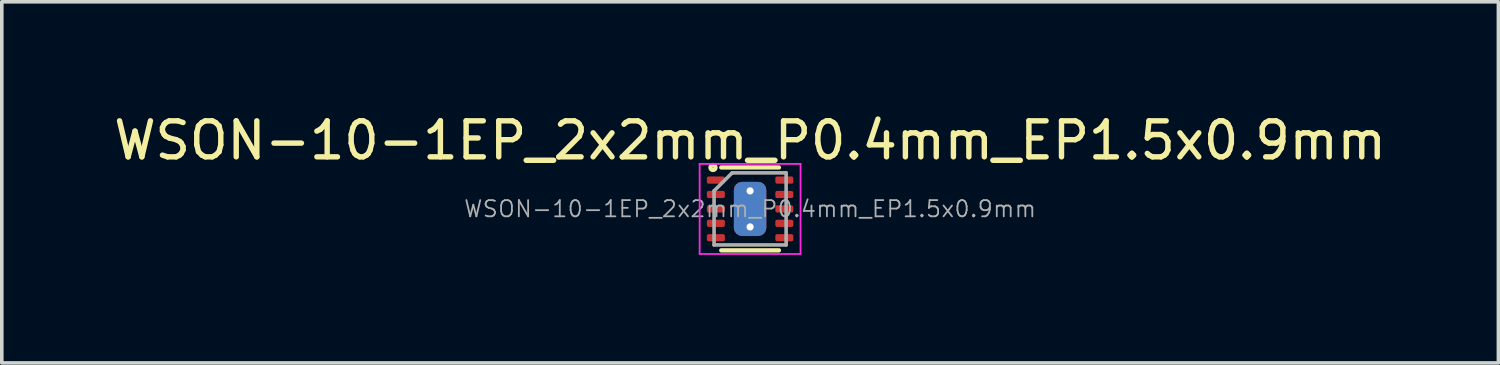
<source format=kicad_pcb>
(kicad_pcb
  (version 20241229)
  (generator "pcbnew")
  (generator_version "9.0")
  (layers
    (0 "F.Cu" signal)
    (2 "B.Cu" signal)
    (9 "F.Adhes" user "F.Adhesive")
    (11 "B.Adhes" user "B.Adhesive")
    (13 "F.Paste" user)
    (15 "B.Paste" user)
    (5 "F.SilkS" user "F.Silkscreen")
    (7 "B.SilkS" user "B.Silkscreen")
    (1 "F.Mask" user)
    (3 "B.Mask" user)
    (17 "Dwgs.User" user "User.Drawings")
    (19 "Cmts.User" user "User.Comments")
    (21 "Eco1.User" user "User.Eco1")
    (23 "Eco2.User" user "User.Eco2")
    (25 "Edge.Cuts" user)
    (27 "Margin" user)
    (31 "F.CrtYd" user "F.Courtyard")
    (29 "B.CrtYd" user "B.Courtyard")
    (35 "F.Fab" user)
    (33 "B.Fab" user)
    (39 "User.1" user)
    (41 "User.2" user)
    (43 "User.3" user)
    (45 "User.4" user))
  (footprint "WSON-10-1EP_2x2mm_P0.4mm_EP1.5x0.9mm"
    (layer "F.Cu")
    (at 17.768 2.748)
    (property "Reference" "WSON-10-1EP_2x2mm_P0.4mm_EP1.5x0.9mm" (at 0 -1.9 0) (layer "F.SilkS") (effects (font (size 1 1) (thickness 0.15))))
    (attr smd)
    (fp_line (start 0.8 -1.15) (end -0.8 -1.15) (stroke (width 0.12) (type solid)) (layer "F.SilkS"))
    (fp_line (start 0.8 1.15) (end -0.8 1.15) (stroke (width 0.12) (type solid)) (layer "F.SilkS"))
    (fp_circle (center -1.03 -1.15) (end -1.02 -1.15) (stroke (width 0.12) (type solid)) (fill no) (layer "F.SilkS"))
    (fp_line (start -1.4 1.25) (end -1.4 -1.25) (stroke (width 0.05) (type solid)) (layer "F.CrtYd"))
    (fp_line (start -1.4 1.25) (end 1.4 1.25) (stroke (width 0.05) (type solid)) (layer "F.CrtYd"))
    (fp_line (start 1.4 -1.25) (end -1.4 -1.25) (stroke (width 0.05) (type solid)) (layer "F.CrtYd"))
    (fp_line (start 1.4 -1.25) (end 1.4 1.25) (stroke (width 0.05) (type solid)) (layer "F.CrtYd"))
    (fp_line (start -1 -0.5) (end -1 1) (stroke (width 0.1) (type solid)) (layer "F.Fab"))
    (fp_line (start -0.5 -1) (end -1 -0.5) (stroke (width 0.1) (type solid)) (layer "F.Fab"))
    (fp_line (start 1 -1) (end -0.5 -1) (stroke (width 0.1) (type solid)) (layer "F.Fab"))
    (fp_line (start 1 1) (end -1 1) (stroke (width 0.1) (type solid)) (layer "F.Fab"))
    (fp_line (start 1 1) (end 1 -1) (stroke (width 0.1) (type solid)) (layer "F.Fab"))
    (fp_text user "${REFERENCE}" (at 0 0 0) (layer "F.Fab") (effects (font (size 0.45 0.45) (thickness 0.05))))
    (pad "" smd roundrect (at 0 -0.4) (size 0.8 0.4) (layers "F.Paste") (roundrect_rratio 0.25))
    (pad "" smd roundrect (at 0 0.4) (size 0.8 0.4) (layers "F.Paste") (roundrect_rratio 0.25))
    (pad "1" smd roundrect (at -0.95 -0.8) (size 0.5 0.2) (layers "F.Cu" "F.Mask" "F.Paste") (roundrect_rratio 0.25))
    (pad "2" smd roundrect (at -0.95 -0.4) (size 0.5 0.2) (layers "F.Cu" "F.Mask" "F.Paste") (roundrect_rratio 0.25))
    (pad "3" smd roundrect (at -0.95 0) (size 0.5 0.2) (layers "F.Cu" "F.Mask" "F.Paste") (roundrect_rratio 0.25))
    (pad "4" smd roundrect (at -0.95 0.4) (size 0.5 0.2) (layers "F.Cu" "F.Mask" "F.Paste") (roundrect_rratio 0.25))
    (pad "5" smd roundrect (at -0.95 0.8) (size 0.5 0.2) (layers "F.Cu" "F.Mask" "F.Paste") (roundrect_rratio 0.25))
    (pad "6" smd roundrect (at 0.95 0.8) (size 0.5 0.2) (layers "F.Cu" "F.Mask" "F.Paste") (roundrect_rratio 0.25))
    (pad "7" smd roundrect (at 0.95 0.4) (size 0.5 0.2) (layers "F.Cu" "F.Mask" "F.Paste") (roundrect_rratio 0.25))
    (pad "8" smd roundrect (at 0.95 0) (size 0.5 0.2) (layers "F.Cu" "F.Mask" "F.Paste") (roundrect_rratio 0.25))
    (pad "9" smd roundrect (at 0.95 -0.4) (size 0.5 0.2) (layers "F.Cu" "F.Mask" "F.Paste") (roundrect_rratio 0.25))
    (pad "10" smd roundrect (at 0.95 -0.8) (size 0.5 0.2) (layers "F.Cu" "F.Mask" "F.Paste") (roundrect_rratio 0.25))
    (pad "11" thru_hole circle (at 0 -0.5) (size 0.2 0.2) (drill 0.2) (layers "*.Cu" "*.Mask"))
    (pad "11" smd roundrect (at 0 0) (size 0.9 1.5) (layers "F.Cu" "F.Mask") (roundrect_rratio 0.25))
    (pad "11" smd roundrect (at 0 0) (size 0.9 1.5) (layers "B.Cu") (roundrect_rratio 0.25))
    (pad "11" thru_hole circle (at 0 0.5) (size 0.2 0.2) (drill 0.2) (layers "*.Cu" "*.Mask")))
  (gr_rect
    (start -3 -3)
    (end 38.536 7.023)
    (stroke (width 0.1) (type default))
    (fill no)
    (layer "Edge.Cuts")))
</source>
